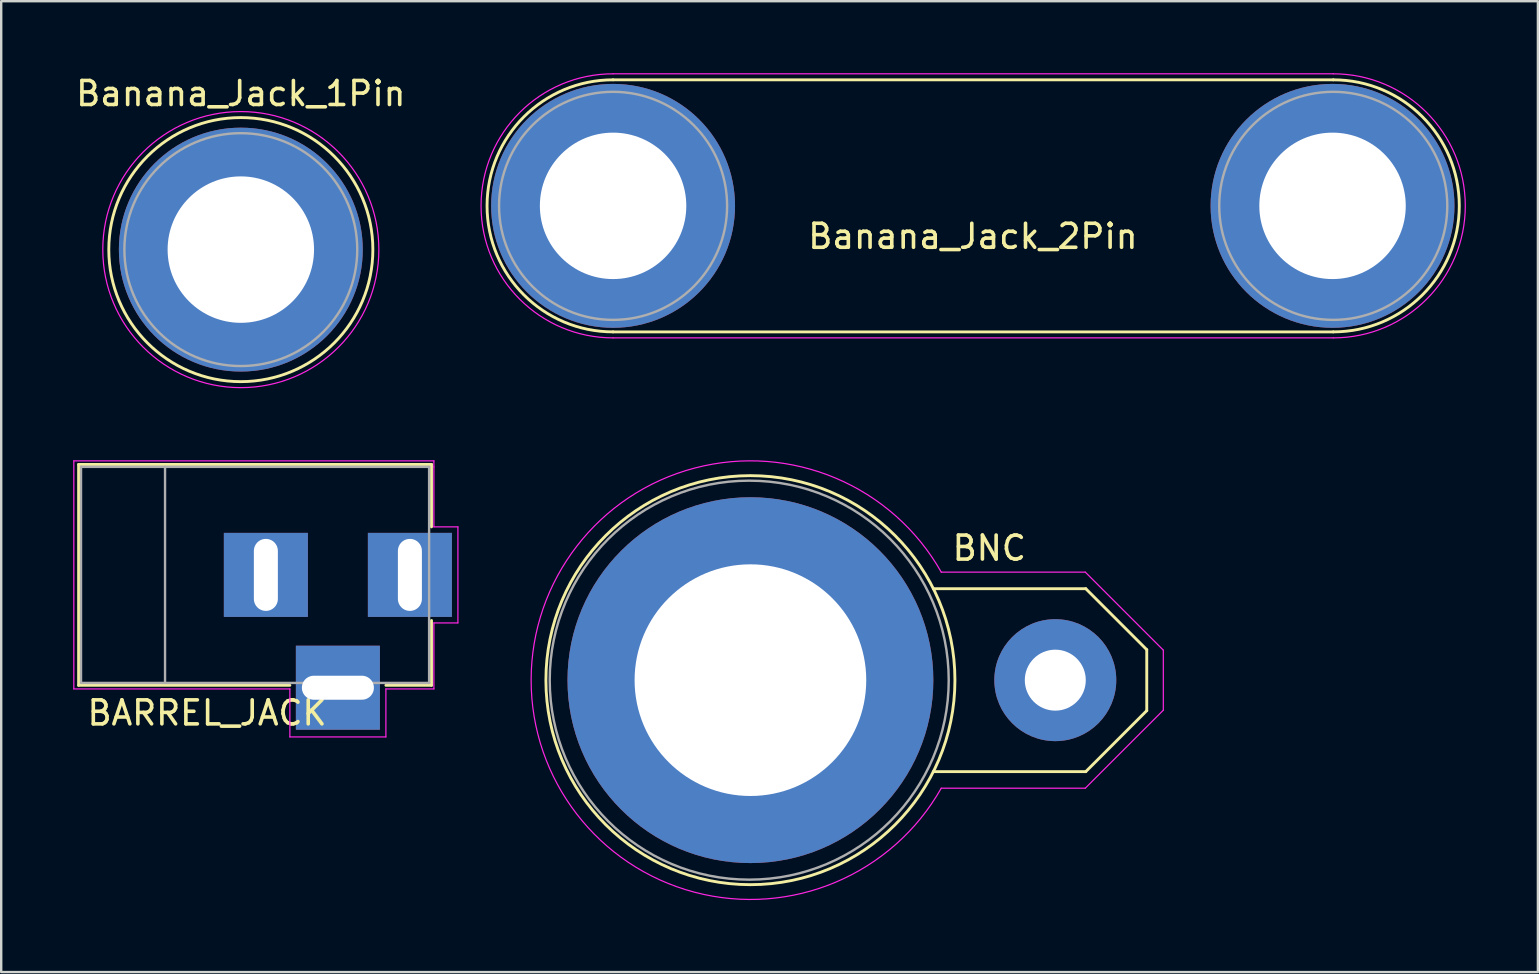
<source format=kicad_pcb>
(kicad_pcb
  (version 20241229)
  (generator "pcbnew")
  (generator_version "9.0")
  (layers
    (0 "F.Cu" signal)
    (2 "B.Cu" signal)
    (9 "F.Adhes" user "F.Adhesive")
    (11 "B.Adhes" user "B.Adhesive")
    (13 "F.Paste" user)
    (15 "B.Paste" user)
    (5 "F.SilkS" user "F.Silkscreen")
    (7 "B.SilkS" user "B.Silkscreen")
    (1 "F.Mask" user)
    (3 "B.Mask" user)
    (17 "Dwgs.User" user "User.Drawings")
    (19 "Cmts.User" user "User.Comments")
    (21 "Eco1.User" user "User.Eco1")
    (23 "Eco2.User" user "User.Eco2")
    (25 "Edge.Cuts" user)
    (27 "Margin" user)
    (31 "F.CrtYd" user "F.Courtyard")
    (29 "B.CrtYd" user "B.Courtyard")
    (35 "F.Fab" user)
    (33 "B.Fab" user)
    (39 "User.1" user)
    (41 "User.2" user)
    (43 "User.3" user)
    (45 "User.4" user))
  (footprint "Banana_Jack_2Pin"
    (layer "F.Cu")
    (at 22.489 5.525)
    (property "Reference" "Banana_Jack_2Pin" (at 14.99 1.27 0) (layer "F.SilkS") (effects (font (size 1 1) (thickness 0.15))))
    (attr through_hole)
    (fp_line (start 0 5.25) (end 30 5.25) (stroke (width 0.12) (type solid)) (layer "F.SilkS"))
    (fp_line (start 30 -5.25) (end 0 -5.25) (stroke (width 0.12) (type solid)) (layer "F.SilkS"))
    (fp_arc (start 0 5.25) (mid -5.25 0) (end 0 -5.25) (stroke (width 0.12) (type solid)) (layer "F.SilkS"))
    (fp_arc (start 30 -5.25) (mid 35.25 0) (end 30 5.25) (stroke (width 0.12) (type solid)) (layer "F.SilkS"))
    (fp_line (start 0 5.5) (end 30 5.5) (stroke (width 0.05) (type solid)) (layer "F.CrtYd"))
    (fp_line (start 30 -5.5) (end 0 -5.5) (stroke (width 0.05) (type solid)) (layer "F.CrtYd"))
    (fp_arc (start 0 5.5) (mid -5.5 0) (end 0 -5.5) (stroke (width 0.05) (type solid)) (layer "F.CrtYd"))
    (fp_arc (start 30 -5.5) (mid 35.5 0) (end 30 5.5) (stroke (width 0.05) (type solid)) (layer "F.CrtYd"))
    (fp_circle (center 0 0) (end 2 0) (stroke (width 0.1) (type solid)) (fill no) (layer "F.Fab"))
    (fp_circle (center 0 0) (end 4.75 0) (stroke (width 0.1) (type solid)) (fill no) (layer "F.Fab"))
    (fp_circle (center 30 0) (end 32 0) (stroke (width 0.1) (type solid)) (fill no) (layer "F.Fab"))
    (fp_circle (center 30 0) (end 34.75 0) (stroke (width 0.1) (type solid)) (fill no) (layer "F.Fab"))
    (pad "1" thru_hole circle (at 0 0) (size 10.16 10.16) (drill 6.1) (layers "*.Cu" "*.Mask"))
    (pad "2" thru_hole circle (at 29.97 0) (size 10.16 10.16) (drill 6.1) (layers "*.Cu" "*.Mask")))
  (footprint "BARREL_JACK"
    (layer "F.Cu")
    (at 14.025 20.898)
    (property "Reference" "BARREL_JACK" (at -8.45 5.75 180) (layer "F.SilkS") (effects (font (size 1 1) (thickness 0.15))))
    (attr through_hole)
    (fp_line (start -13.8 -4.6) (end 0.9 -4.6) (stroke (width 0.12) (type solid)) (layer "F.SilkS"))
    (fp_line (start -13.8 4.6) (end -13.8 -4.6) (stroke (width 0.12) (type solid)) (layer "F.SilkS"))
    (fp_line (start -5 4.6) (end -13.8 4.6) (stroke (width 0.12) (type solid)) (layer "F.SilkS"))
    (fp_line (start 0.9 -4.6) (end 0.9 -2) (stroke (width 0.12) (type solid)) (layer "F.SilkS"))
    (fp_line (start 0.9 1.9) (end 0.9 4.6) (stroke (width 0.12) (type solid)) (layer "F.SilkS"))
    (fp_line (start 0.9 4.6) (end -1 4.6) (stroke (width 0.12) (type solid)) (layer "F.SilkS"))
    (fp_line (start -14 4.75) (end -14 -4.75) (stroke (width 0.05) (type solid)) (layer "F.CrtYd"))
    (fp_line (start -5 4.75) (end -14 4.75) (stroke (width 0.05) (type solid)) (layer "F.CrtYd"))
    (fp_line (start -5 6.75) (end -5 4.75) (stroke (width 0.05) (type solid)) (layer "F.CrtYd"))
    (fp_line (start -1 4.75) (end -1 6.75) (stroke (width 0.05) (type solid)) (layer "F.CrtYd"))
    (fp_line (start -1 6.75) (end -5 6.75) (stroke (width 0.05) (type solid)) (layer "F.CrtYd"))
    (fp_line (start 1 -4.75) (end -14 -4.75) (stroke (width 0.05) (type solid)) (layer "F.CrtYd"))
    (fp_line (start 1 -4.5) (end 1 -4.75) (stroke (width 0.05) (type solid)) (layer "F.CrtYd"))
    (fp_line (start 1 -4.5) (end 1 -2) (stroke (width 0.05) (type solid)) (layer "F.CrtYd"))
    (fp_line (start 1 -2) (end 2 -2) (stroke (width 0.05) (type solid)) (layer "F.CrtYd"))
    (fp_line (start 1 2) (end 1 4.75) (stroke (width 0.05) (type solid)) (layer "F.CrtYd"))
    (fp_line (start 1 4.75) (end -1 4.75) (stroke (width 0.05) (type solid)) (layer "F.CrtYd"))
    (fp_line (start 2 -2) (end 2 2) (stroke (width 0.05) (type solid)) (layer "F.CrtYd"))
    (fp_line (start 2 2) (end 1 2) (stroke (width 0.05) (type solid)) (layer "F.CrtYd"))
    (fp_line (start -13.7 -4.5) (end -13.7 4.5) (stroke (width 0.1) (type solid)) (layer "F.Fab"))
    (fp_line (start -13.7 4.5) (end 0.8 4.5) (stroke (width 0.1) (type solid)) (layer "F.Fab"))
    (fp_line (start -10.2 -4.5) (end -10.2 4.5) (stroke (width 0.1) (type solid)) (layer "F.Fab"))
    (fp_line (start 0.8 -4.5) (end -13.7 -4.5) (stroke (width 0.1) (type solid)) (layer "F.Fab"))
    (fp_line (start 0.8 4.5) (end 0.8 -4.5) (stroke (width 0.1) (type solid)) (layer "F.Fab"))
    (pad "1" thru_hole rect (at 0 0) (size 3.5 3.5) (drill oval 1 3) (layers "*.Cu" "*.Mask"))
    (pad "2" thru_hole rect (at -6 0) (size 3.5 3.5) (drill oval 1 3) (layers "*.Cu" "*.Mask"))
    (pad "3" thru_hole rect (at -3 4.7) (size 3.5 3.5) (drill oval 3 1) (layers "*.Cu" "*.Mask")))
  (footprint "Banana_Jack_1Pin"
    (layer "F.Cu")
    (at 6.982 7.348)
    (property "Reference" "Banana_Jack_1Pin" (at 0 -6.5 0) (layer "F.SilkS") (effects (font (size 1 1) (thickness 0.15))))
    (attr through_hole)
    (fp_circle (center 0 0) (end 5.5 0) (stroke (width 0.12) (type solid)) (fill no) (layer "F.SilkS"))
    (fp_circle (center 0 0) (end 5.75 0) (stroke (width 0.05) (type solid)) (fill no) (layer "F.CrtYd"))
    (fp_circle (center 0 0) (end 2 0) (stroke (width 0.1) (type solid)) (fill no) (layer "F.Fab"))
    (fp_circle (center 0 0) (end 4.85 0.05) (stroke (width 0.1) (type solid)) (fill no) (layer "F.Fab"))
    (pad "1" thru_hole circle (at 0 0) (size 10.16 10.16) (drill 6.1) (layers "*.Cu" "*.Mask")))
  (footprint "BNC"
    (layer "F.Cu")
    (at 40.91 25.283)
    (property "Reference" "BNC" (at -2.75 -5.5 0) (layer "F.SilkS") (effects (font (size 1 1) (thickness 0.15))))
    (attr through_hole)
    (fp_line (start -5.08 3.81) (end 1.27 3.81) (stroke (width 0.12) (type solid)) (layer "F.SilkS"))
    (fp_line (start 1.27 -3.81) (end -5.08 -3.81) (stroke (width 0.12) (type solid)) (layer "F.SilkS"))
    (fp_line (start 1.27 3.81) (end 3.81 1.27) (stroke (width 0.12) (type solid)) (layer "F.SilkS"))
    (fp_line (start 3.81 -1.27) (end 1.27 -3.81) (stroke (width 0.12) (type solid)) (layer "F.SilkS"))
    (fp_line (start 3.81 1.27) (end 3.81 -1.27) (stroke (width 0.12) (type solid)) (layer "F.SilkS"))
    (fp_circle (center -12.7 0) (end -5.08 3.81) (stroke (width 0.12) (type solid)) (fill no) (layer "F.SilkS"))
    (fp_line (start -4.75 -4.5) (end 1.25 -4.5) (stroke (width 0.05) (type solid)) (layer "F.CrtYd"))
    (fp_line (start 1.25 -4.5) (end 4.5 -1.25) (stroke (width 0.05) (type solid)) (layer "F.CrtYd"))
    (fp_line (start 1.25 4.5) (end -4.75 4.5) (stroke (width 0.05) (type solid)) (layer "F.CrtYd"))
    (fp_line (start 4.5 -1.25) (end 4.5 1.25) (stroke (width 0.05) (type solid)) (layer "F.CrtYd"))
    (fp_line (start 4.5 1.25) (end 1.25 4.5) (stroke (width 0.05) (type solid)) (layer "F.CrtYd"))
    (fp_arc (start -4.75 4.5) (mid -21.835234 -0.001833) (end -4.748194 -4.496809) (stroke (width 0.05) (type solid)) (layer "F.CrtYd"))
    (fp_circle (center -12.75 0) (end -6.75 5.75) (stroke (width 0.1) (type solid)) (fill no) (layer "F.Fab"))
    (pad "1" thru_hole circle (at 0 0) (size 5.08 5.08) (drill 2.54) (layers "*.Cu" "*.Mask"))
    (pad "2" thru_hole circle (at -12.7 0) (size 15.24 15.24) (drill 9.65) (layers "*.Cu" "*.Mask")))
  (gr_rect
    (start -3 -3)
    (end 61.014 37.444)
    (stroke (width 0.1) (type default))
    (fill no)
    (layer "Edge.Cuts")))
</source>
